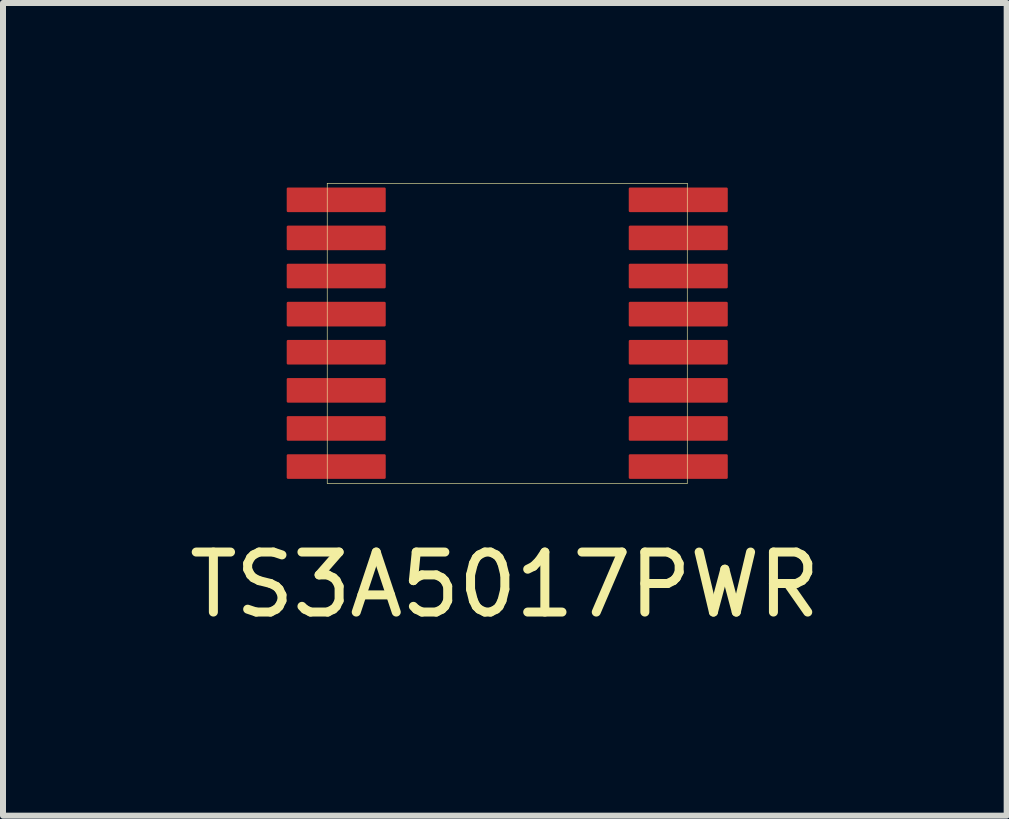
<source format=kicad_pcb>
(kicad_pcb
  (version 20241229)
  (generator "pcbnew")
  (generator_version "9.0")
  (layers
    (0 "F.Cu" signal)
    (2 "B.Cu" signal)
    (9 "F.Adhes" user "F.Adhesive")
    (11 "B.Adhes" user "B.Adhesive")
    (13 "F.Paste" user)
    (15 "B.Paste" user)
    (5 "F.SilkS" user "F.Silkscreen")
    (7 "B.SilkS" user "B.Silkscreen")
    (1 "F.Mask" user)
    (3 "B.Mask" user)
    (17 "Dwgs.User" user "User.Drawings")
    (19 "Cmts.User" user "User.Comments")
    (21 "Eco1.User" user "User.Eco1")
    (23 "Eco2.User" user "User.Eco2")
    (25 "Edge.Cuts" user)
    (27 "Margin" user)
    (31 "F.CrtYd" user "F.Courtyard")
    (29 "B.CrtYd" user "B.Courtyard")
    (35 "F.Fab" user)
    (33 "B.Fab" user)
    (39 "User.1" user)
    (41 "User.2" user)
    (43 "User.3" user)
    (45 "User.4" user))
  (footprint "TS3A5017PWR"
    (layer "F.Cu")
    (at 5.403 2.505)
    (property "Reference" "TS3A5017PWR" (at -0.04 4.19 0) (layer "F.SilkS") (effects (font (size 1 1) (thickness 0.15))))
    (attr through_hole)
    (fp_line (start -3 -2.5) (end 3 -2.5) (stroke (width 0.01) (type solid)) (layer "F.SilkS"))
    (fp_line (start -3 2.5) (end -3 -2.5) (stroke (width 0.01) (type solid)) (layer "F.SilkS"))
    (fp_line (start -3 2.5) (end 3 2.5) (stroke (width 0.01) (type solid)) (layer "F.SilkS"))
    (fp_line (start 3 2.5) (end 3 -2.5) (stroke (width 0.01) (type solid)) (layer "F.SilkS"))
    (pad "1" smd roundrect (at -2.85 -2.225) (size 1.65 0.41) (layers "F.Cu" "F.Mask" "F.Paste") (roundrect_rratio 0.05))
    (pad "2" smd roundrect (at -2.85 -1.59) (size 1.65 0.41) (layers "F.Cu" "F.Mask" "F.Paste") (roundrect_rratio 0.05))
    (pad "3" smd roundrect (at -2.85 -0.955) (size 1.65 0.41) (layers "F.Cu" "F.Mask" "F.Paste") (roundrect_rratio 0.05))
    (pad "4" smd roundrect (at -2.85 -0.32) (size 1.65 0.41) (layers "F.Cu" "F.Mask" "F.Paste") (roundrect_rratio 0.05))
    (pad "5" smd roundrect (at -2.85 0.315) (size 1.65 0.41) (layers "F.Cu" "F.Mask" "F.Paste") (roundrect_rratio 0.05))
    (pad "6" smd roundrect (at -2.85 0.95) (size 1.65 0.41) (layers "F.Cu" "F.Mask" "F.Paste") (roundrect_rratio 0.05))
    (pad "7" smd roundrect (at -2.85 1.585) (size 1.65 0.41) (layers "F.Cu" "F.Mask" "F.Paste") (roundrect_rratio 0.05))
    (pad "8" smd roundrect (at -2.85 2.22) (size 1.65 0.41) (layers "F.Cu" "F.Mask" "F.Paste") (roundrect_rratio 0.05))
    (pad "9" smd roundrect (at 2.85 2.22) (size 1.65 0.41) (layers "F.Cu" "F.Mask" "F.Paste") (roundrect_rratio 0.05))
    (pad "10" smd roundrect (at 2.85 1.585) (size 1.65 0.41) (layers "F.Cu" "F.Mask" "F.Paste") (roundrect_rratio 0.05))
    (pad "11" smd roundrect (at 2.85 0.95) (size 1.65 0.41) (layers "F.Cu" "F.Mask" "F.Paste") (roundrect_rratio 0.05))
    (pad "12" smd roundrect (at 2.85 0.315) (size 1.65 0.41) (layers "F.Cu" "F.Mask" "F.Paste") (roundrect_rratio 0.05))
    (pad "13" smd roundrect (at 2.85 -0.32) (size 1.65 0.41) (layers "F.Cu" "F.Mask" "F.Paste") (roundrect_rratio 0.05))
    (pad "14" smd roundrect (at 2.85 -0.955) (size 1.65 0.41) (layers "F.Cu" "F.Mask" "F.Paste") (roundrect_rratio 0.05))
    (pad "15" smd roundrect (at 2.85 -1.59) (size 1.65 0.41) (layers "F.Cu" "F.Mask" "F.Paste") (roundrect_rratio 0.05))
    (pad "16" smd roundrect (at 2.85 -2.225) (size 1.65 0.41) (layers "F.Cu" "F.Mask" "F.Paste") (roundrect_rratio 0.05)))
  (gr_rect
    (start -3 -3)
    (end 13.726 10.543)
    (stroke (width 0.1) (type default))
    (fill no)
    (layer "Edge.Cuts")))
</source>
